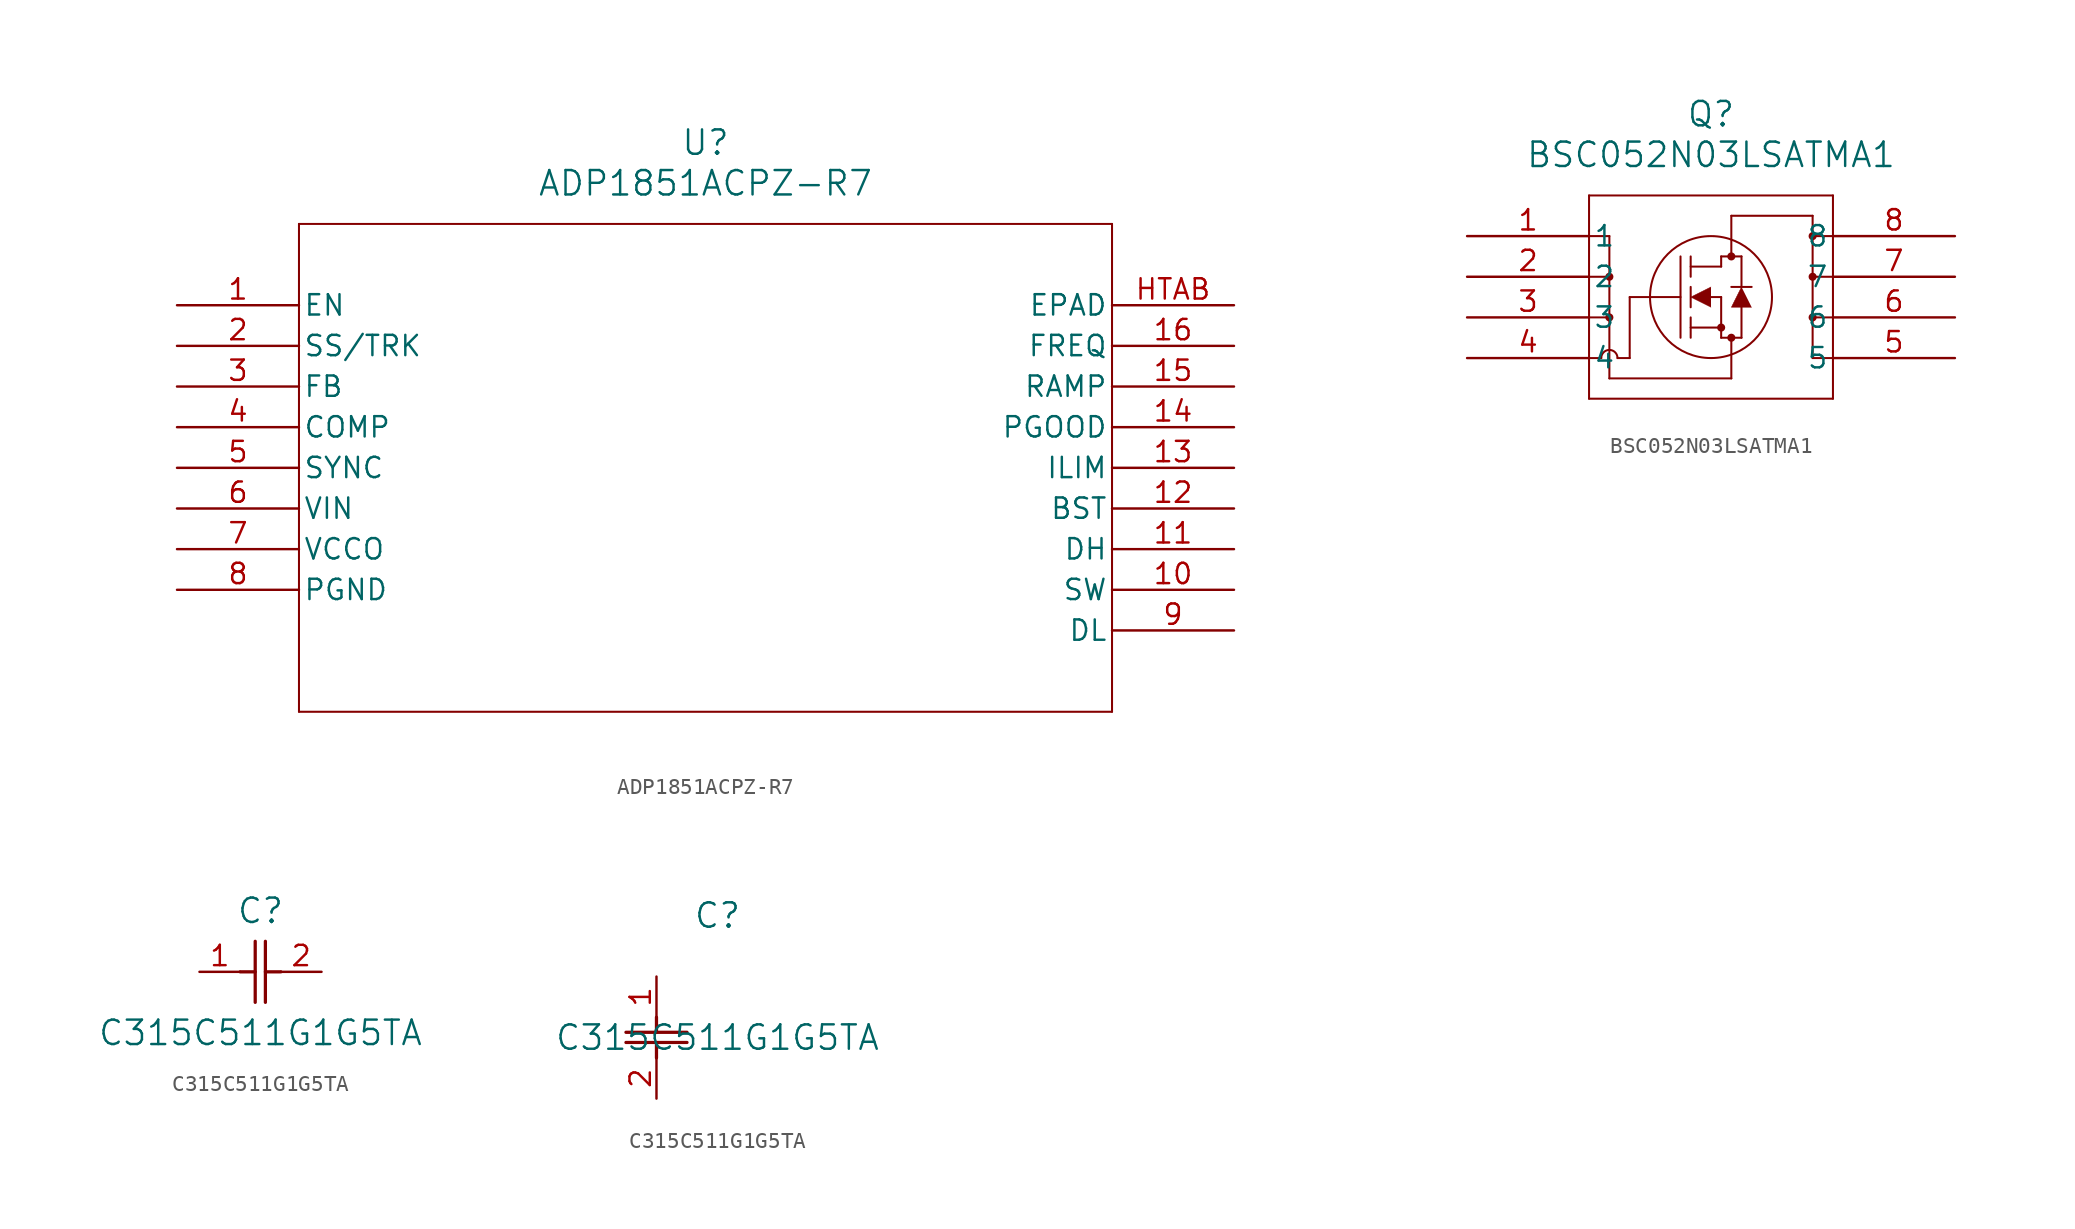
<source format=kicad_sym>
(kicad_symbol_lib
  (version 20211014)
  (generator kicad_symbol_editor)
  (symbol "ADP1851ACPZ-R7"
    (pin_names
      (offset 0.254))
    (property "Reference" "U"
      (at 33.02 10.16 0)
      (effects (font (size 1.524 1.524))))
    (property "Value" "ADP1851ACPZ-R7"
      (at 33.02 7.62 0)
      (effects (font (size 1.524 1.524))))
    (symbol "ADP1851ACPZ-R7_0_1"
      (polyline (pts (xy 7.62 5.08) (xy 7.62 -25.4)) (stroke (width 0.127) (type default) (color 0 0 0 0)) (fill (type none)))
      (polyline (pts (xy 7.62 -25.4) (xy 58.42 -25.4)) (stroke (width 0.127) (type default) (color 0 0 0 0)) (fill (type none)))
      (polyline (pts (xy 58.42 -25.4) (xy 58.42 5.08)) (stroke (width 0.127) (type default) (color 0 0 0 0)) (fill (type none)))
      (polyline (pts (xy 58.42 5.08) (xy 7.62 5.08)) (stroke (width 0.127) (type default) (color 0 0 0 0)) (fill (type none)))
      (pin input line (at 0 0 0) (length 7.62) (name "EN" (effects (font (size 1.27 1.27)))) (number "1" (effects (font (size 1.27 1.27)))))
      (pin input line (at 0 -2.54 0) (length 7.62) (name "SS/TRK" (effects (font (size 1.27 1.27)))) (number "2" (effects (font (size 1.27 1.27)))))
      (pin output line (at 0 -5.08 0) (length 7.62) (name "FB" (effects (font (size 1.27 1.27)))) (number "3" (effects (font (size 1.27 1.27)))))
      (pin output line (at 0 -7.62 0) (length 7.62) (name "COMP" (effects (font (size 1.27 1.27)))) (number "4" (effects (font (size 1.27 1.27)))))
      (pin input line (at 0 -10.16 0) (length 7.62) (name "SYNC" (effects (font (size 1.27 1.27)))) (number "5" (effects (font (size 1.27 1.27)))))
      (pin input line (at 0 -12.7 0) (length 7.62) (name "VIN" (effects (font (size 1.27 1.27)))) (number "6" (effects (font (size 1.27 1.27)))))
      (pin output line (at 0 -15.24 0) (length 7.62) (name "VCCO" (effects (font (size 1.27 1.27)))) (number "7" (effects (font (size 1.27 1.27)))))
      (pin power_in line (at 0 -17.78 0) (length 7.62) (name "PGND" (effects (font (size 1.27 1.27)))) (number "8" (effects (font (size 1.27 1.27)))))
      (pin output line (at 66.04 -20.32 180) (length 7.62) (name "DL" (effects (font (size 1.27 1.27)))) (number "9" (effects (font (size 1.27 1.27)))))
      (pin input line (at 66.04 -17.78 180) (length 7.62) (name "SW" (effects (font (size 1.27 1.27)))) (number "10" (effects (font (size 1.27 1.27)))))
      (pin output line (at 66.04 -15.24 180) (length 7.62) (name "DH" (effects (font (size 1.27 1.27)))) (number "11" (effects (font (size 1.27 1.27)))))
      (pin unspecified line (at 66.04 -12.7 180) (length 7.62) (name "BST" (effects (font (size 1.27 1.27)))) (number "12" (effects (font (size 1.27 1.27)))))
      (pin input line (at 66.04 -10.16 180) (length 7.62) (name "ILIM" (effects (font (size 1.27 1.27)))) (number "13" (effects (font (size 1.27 1.27)))))
      (pin unspecified line (at 66.04 -7.62 180) (length 7.62) (name "PGOOD" (effects (font (size 1.27 1.27)))) (number "14" (effects (font (size 1.27 1.27)))))
      (pin unspecified line (at 66.04 -5.08 180) (length 7.62) (name "RAMP" (effects (font (size 1.27 1.27)))) (number "15" (effects (font (size 1.27 1.27)))))
      (pin unspecified line (at 66.04 -2.54 180) (length 7.62) (name "FREQ" (effects (font (size 1.27 1.27)))) (number "16" (effects (font (size 1.27 1.27)))))
      (pin unspecified line (at 66.04 0 180) (length 7.62) (name "EPAD" (effects (font (size 1.27 1.27)))) (number "HTAB" (effects (font (size 1.27 1.27)))))))
  (symbol "BSC052N03LSATMA1"
    (pin_names
      (offset 0.254))
    (property "Reference" "Q"
      (at 15.24 7.62 0)
      (effects (font (size 1.524 1.524))))
    (property "Value" "BSC052N03LSATMA1"
      (at 15.24 5.08 0)
      (effects (font (size 1.524 1.524))))
    (symbol "BSC052N03LSATMA1_0_1"
      (polyline (pts (xy 7.62 2.54) (xy 7.62 -10.16)) (stroke (width 0.127) (type default) (color 0 0 0 0)) (fill (type none)))
      (polyline (pts (xy 7.62 -10.16) (xy 22.86 -10.16)) (stroke (width 0.127) (type default) (color 0 0 0 0)) (fill (type none)))
      (polyline (pts (xy 22.86 -10.16) (xy 22.86 2.54)) (stroke (width 0.127) (type default) (color 0 0 0 0)) (fill (type none)))
      (polyline (pts (xy 22.86 2.54) (xy 7.62 2.54)) (stroke (width 0.127) (type default) (color 0 0 0 0)) (fill (type none)))
      (circle (center 16.51 -1.27) (radius 0.127) (stroke (width 0.254) (type default) (color 0 0 0 0)) (fill (type none)))
      (circle (center 16.51 -6.35) (radius 0.127) (stroke (width 0.254) (type default) (color 0 0 0 0)) (fill (type none)))
      (circle (center 15.875 -5.715) (radius 0.127) (stroke (width 0.254) (type default) (color 0 0 0 0)) (fill (type none)))
      (circle (center 15.24 -3.81) (radius 3.81) (stroke (width 0.127) (type default) (color 0 0 0 0)) (fill (type none)))
      (polyline (pts (xy 10.16 -3.81) (xy 13.335 -3.81)) (stroke (width 0.127) (type default) (color 0 0 0 0)) (fill (type none)))
      (polyline (pts (xy 13.335 -6.35) (xy 13.335 -1.27)) (stroke (width 0.127) (type default) (color 0 0 0 0)) (fill (type none)))
      (polyline (pts (xy 13.97 -4.445) (xy 13.97 -3.175)) (stroke (width 0.127) (type default) (color 0 0 0 0)) (fill (type none)))
      (polyline (pts (xy 13.97 -6.35) (xy 13.97 -5.08)) (stroke (width 0.127) (type default) (color 0 0 0 0)) (fill (type none)))
      (polyline (pts (xy 13.97 -2.54) (xy 13.97 -1.27)) (stroke (width 0.127) (type default) (color 0 0 0 0)) (fill (type none)))
      (polyline (pts (xy 15.24 -3.81) (xy 15.875 -3.81)) (stroke (width 0.127) (type default) (color 0 0 0 0)) (fill (type none)))
      (polyline (pts (xy 13.97 -5.715) (xy 15.875 -5.715)) (stroke (width 0.127) (type default) (color 0 0 0 0)) (fill (type none)))
      (polyline (pts (xy 15.875 -6.35) (xy 15.875 -3.81)) (stroke (width 0.127) (type default) (color 0 0 0 0)) (fill (type none)))
      (polyline (pts (xy 15.875 -6.35) (xy 17.145 -6.35)) (stroke (width 0.127) (type default) (color 0 0 0 0)) (fill (type none)))
      (polyline (pts (xy 13.97 -1.905) (xy 15.875 -1.905)) (stroke (width 0.127) (type default) (color 0 0 0 0)) (fill (type none)))
      (polyline (pts (xy 17.145 -3.175) (xy 17.145 -1.27)) (stroke (width 0.127) (type default) (color 0 0 0 0)) (fill (type none)))
      (polyline (pts (xy 17.145 -6.35) (xy 17.145 -4.445)) (stroke (width 0.127) (type default) (color 0 0 0 0)) (fill (type none)))
      (polyline (pts (xy 17.78 -3.175) (xy 16.51 -3.175)) (stroke (width 0.127) (type default) (color 0 0 0 0)) (fill (type none)))
      (polyline (pts (xy 15.875 -1.27) (xy 17.145 -1.27)) (stroke (width 0.127) (type default) (color 0 0 0 0)) (fill (type none)))
      (polyline (pts (xy 15.875 -1.905) (xy 15.875 -1.27)) (stroke (width 0.127) (type default) (color 0 0 0 0)) (fill (type none)))
      (polyline (pts (xy 7.62 -7.62) (xy 8.382 -7.62)) (stroke (width 0.127) (type default) (color 0 0 0 0)) (fill (type none)))
      (polyline (pts (xy 8.89 0) (xy 8.89 -8.89)) (stroke (width 0.127) (type default) (color 0 0 0 0)) (fill (type none)))
      (polyline (pts (xy 7.62 0) (xy 8.89 0)) (stroke (width 0.127) (type default) (color 0 0 0 0)) (fill (type none)))
      (polyline (pts (xy 7.62 -2.54) (xy 8.89 -2.54)) (stroke (width 0.127) (type default) (color 0 0 0 0)) (fill (type none)))
      (polyline (pts (xy 7.62 -5.08) (xy 8.89 -5.08)) (stroke (width 0.127) (type default) (color 0 0 0 0)) (fill (type none)))
      (arc (start 9.398 -7.62) (mid 8.89 -7.112) (end 8.382 -7.62) (stroke (width 0.127) (type default) (color 0 0 0 0)) (fill (type none)))
      (polyline (pts (xy 10.16 -7.62) (xy 9.398 -7.62)) (stroke (width 0.127) (type default) (color 0 0 0 0)) (fill (type none)))
      (polyline (pts (xy 8.89 -8.89) (xy 16.51 -8.89)) (stroke (width 0.127) (type default) (color 0 0 0 0)) (fill (type none)))
      (polyline (pts (xy 16.51 -8.89) (xy 16.51 -6.35)) (stroke (width 0.127) (type default) (color 0 0 0 0)) (fill (type none)))
      (polyline (pts (xy 22.86 -7.62) (xy 21.59 -7.62)) (stroke (width 0.127) (type default) (color 0 0 0 0)) (fill (type none)))
      (polyline (pts (xy 21.59 -7.62) (xy 21.59 1.27)) (stroke (width 0.127) (type default) (color 0 0 0 0)) (fill (type none)))
      (polyline (pts (xy 22.86 -5.08) (xy 21.59 -5.08)) (stroke (width 0.127) (type default) (color 0 0 0 0)) (fill (type none)))
      (polyline (pts (xy 22.86 -2.54) (xy 21.59 -2.54)) (stroke (width 0.127) (type default) (color 0 0 0 0)) (fill (type none)))
      (polyline (pts (xy 21.59 1.27) (xy 16.51 1.27)) (stroke (width 0.127) (type default) (color 0 0 0 0)) (fill (type none)))
      (polyline (pts (xy 16.51 1.27) (xy 16.51 -1.27)) (stroke (width 0.127) (type default) (color 0 0 0 0)) (fill (type none)))
      (circle (center 8.89 -2.54) (radius 0.127) (stroke (width 0.254) (type default) (color 0 0 0 0)) (fill (type none)))
      (circle (center 8.89 -5.08) (radius 0.127) (stroke (width 0.254) (type default) (color 0 0 0 0)) (fill (type none)))
      (polyline (pts (xy 10.16 -3.81) (xy 10.16 -7.62)) (stroke (width 0.127) (type default) (color 0 0 0 0)) (fill (type none)))
      (circle (center 21.59 0) (radius 0.127) (stroke (width 0.254) (type default) (color 0 0 0 0)) (fill (type none)))
      (circle (center 21.59 -2.54) (radius 0.127) (stroke (width 0.254) (type default) (color 0 0 0 0)) (fill (type none)))
      (circle (center 21.59 -5.08) (radius 0.127) (stroke (width 0.254) (type default) (color 0 0 0 0)) (fill (type none)))
      (polyline (pts (xy 15.24 -3.175) (xy 13.97 -3.81) (xy 15.24 -4.445)) (stroke (width 0.025) (type default) (color 0 0 0 0)) (fill (type outline)))
      (polyline (pts (xy 17.78 -4.445) (xy 16.51 -4.445) (xy 17.145 -3.175)) (stroke (width 0.025) (type default) (color 0 0 0 0)) (fill (type outline)))
      (polyline (pts (xy 22.86 0) (xy 21.59 0)) (stroke (width 0.127) (type default) (color 0 0 0 0)) (fill (type none)))
      (pin unspecified line (at 0 0 0) (length 7.62) (name "1" (effects (font (size 1.27 1.27)))) (number "1" (effects (font (size 1.27 1.27)))))
      (pin unspecified line (at 0 -2.54 0) (length 7.62) (name "2" (effects (font (size 1.27 1.27)))) (number "2" (effects (font (size 1.27 1.27)))))
      (pin unspecified line (at 0 -5.08 0) (length 7.62) (name "3" (effects (font (size 1.27 1.27)))) (number "3" (effects (font (size 1.27 1.27)))))
      (pin unspecified line (at 0 -7.62 0) (length 7.62) (name "4" (effects (font (size 1.27 1.27)))) (number "4" (effects (font (size 1.27 1.27)))))
      (pin unspecified line (at 30.48 -7.62 180) (length 7.62) (name "5" (effects (font (size 1.27 1.27)))) (number "5" (effects (font (size 1.27 1.27)))))
      (pin unspecified line (at 30.48 -5.08 180) (length 7.62) (name "6" (effects (font (size 1.27 1.27)))) (number "6" (effects (font (size 1.27 1.27)))))
      (pin unspecified line (at 30.48 -2.54 180) (length 7.62) (name "7" (effects (font (size 1.27 1.27)))) (number "7" (effects (font (size 1.27 1.27)))))
      (pin unspecified line (at 30.48 0 180) (length 7.62) (name "8" (effects (font (size 1.27 1.27)))) (number "8" (effects (font (size 1.27 1.27)))))))
  (symbol "C315C511G1G5TA"
    (pin_names
      (offset 0.254))
    (property "Reference" "C"
      (at 3.81 3.81 0)
      (effects (font (size 1.524 1.524))))
    (property "Value" "C315C511G1G5TA"
      (at 3.81 -3.81 0)
      (effects (font (size 1.524 1.524))))
    (symbol "C315C511G1G5TA_1_1"
      (polyline (pts (xy 3.48 -1.905) (xy 3.48 1.905)) (stroke (width 0.203) (type default) (color 0 0 0 0)) (fill (type none)))
      (polyline (pts (xy 4.115 -1.905) (xy 4.115 1.905)) (stroke (width 0.203) (type default) (color 0 0 0 0)) (fill (type none)))
      (polyline (pts (xy 4.115 0) (xy 5.08 0)) (stroke (width 0.203) (type default) (color 0 0 0 0)) (fill (type none)))
      (polyline (pts (xy 2.54 0) (xy 3.48 0)) (stroke (width 0.203) (type default) (color 0 0 0 0)) (fill (type none)))
      (pin unspecified line (at 0 0 0) (length 2.54) (name "" (effects (font (size 1.27 1.27)))) (number "1" (effects (font (size 1.27 1.27)))))
      (pin unspecified line (at 7.62 0 180) (length 2.54) (name "" (effects (font (size 1.27 1.27)))) (number "2" (effects (font (size 1.27 1.27))))))
    (symbol "C315C511G1G5TA_1_2"
      (polyline (pts (xy -1.905 -3.48) (xy 1.905 -3.48)) (stroke (width 0.203) (type default) (color 0 0 0 0)) (fill (type none)))
      (polyline (pts (xy -1.905 -4.115) (xy 1.905 -4.115)) (stroke (width 0.203) (type default) (color 0 0 0 0)) (fill (type none)))
      (polyline (pts (xy 0 -4.115) (xy 0 -5.08)) (stroke (width 0.203) (type default) (color 0 0 0 0)) (fill (type none)))
      (polyline (pts (xy 0 -2.54) (xy 0 -3.48)) (stroke (width 0.203) (type default) (color 0 0 0 0)) (fill (type none)))
      (pin unspecified line (at 0 0 270) (length 2.54) (name "" (effects (font (size 1.27 1.27)))) (number "1" (effects (font (size 1.27 1.27)))))
      (pin unspecified line (at 0 -7.62 90) (length 2.54) (name "" (effects (font (size 1.27 1.27)))) (number "2" (effects (font (size 1.27 1.27))))))))
</source>
